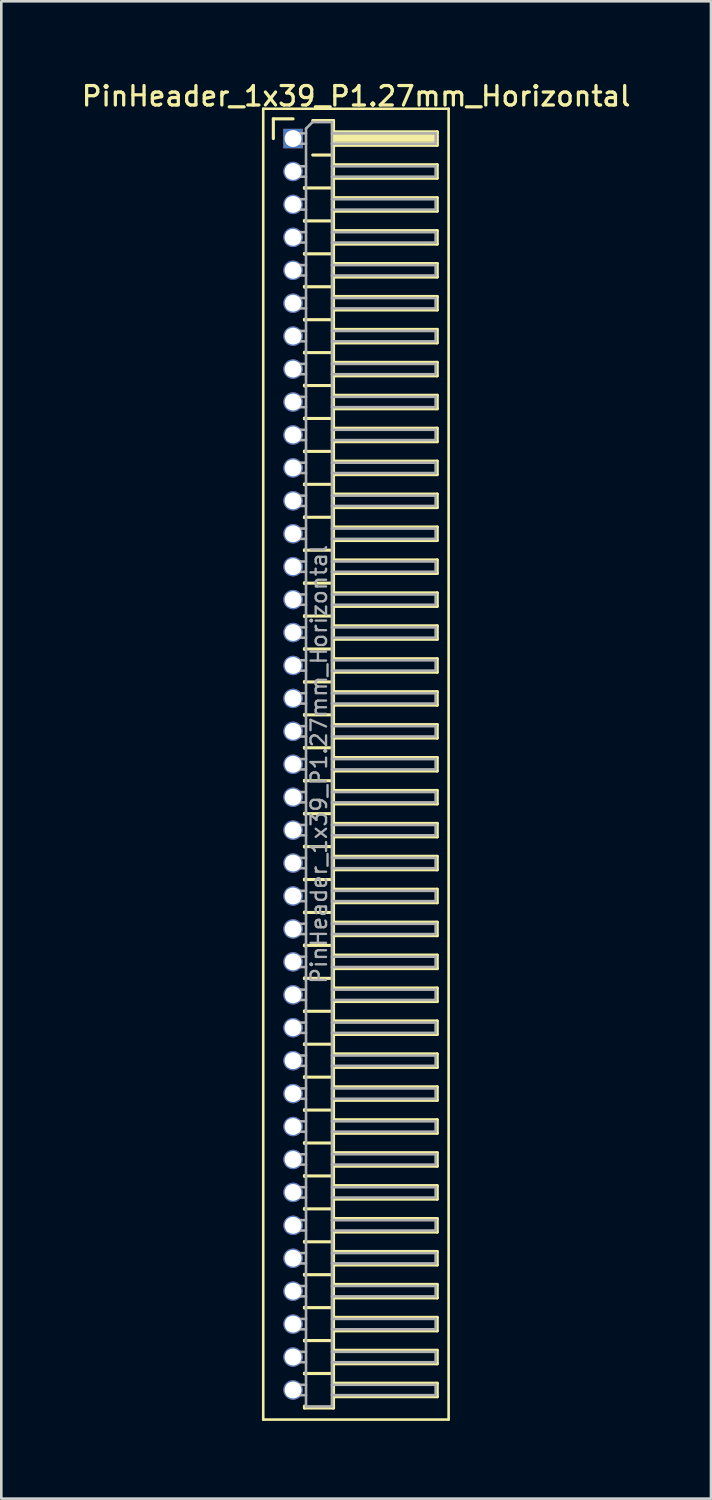
<source format=kicad_pcb>
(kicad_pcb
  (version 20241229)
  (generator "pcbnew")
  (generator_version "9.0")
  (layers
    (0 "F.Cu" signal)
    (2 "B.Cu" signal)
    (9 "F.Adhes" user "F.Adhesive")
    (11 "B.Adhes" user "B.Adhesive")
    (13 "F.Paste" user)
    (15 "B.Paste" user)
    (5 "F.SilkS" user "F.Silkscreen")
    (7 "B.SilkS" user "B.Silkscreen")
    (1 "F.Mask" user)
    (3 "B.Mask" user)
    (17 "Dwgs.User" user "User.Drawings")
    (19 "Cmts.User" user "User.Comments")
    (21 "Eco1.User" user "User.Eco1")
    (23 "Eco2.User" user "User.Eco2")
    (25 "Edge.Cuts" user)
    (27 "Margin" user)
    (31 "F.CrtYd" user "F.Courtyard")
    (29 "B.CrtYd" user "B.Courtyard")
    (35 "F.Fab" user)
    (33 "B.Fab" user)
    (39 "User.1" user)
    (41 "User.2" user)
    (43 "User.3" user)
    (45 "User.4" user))
  (footprint "PinHeader_1x39_P1.27mm_Horizontal"
    (layer "F.Cu")
    (at 8.251 2.293)
    (property "Reference" "PinHeader_1x39_P1.27mm_Horizontal" (at 2.433 -1.635 0) (layer "F.SilkS") (effects (font (size 0.75 0.75) (thickness 0.125))))
    (attr through_hole)
    (fp_line (start -1.15 -1.15) (end -1.15 49.4) (stroke (width 0.1) (type solid)) (layer "F.SilkS"))
    (fp_line (start -1.15 49.4) (end 6 49.4) (stroke (width 0.1) (type solid)) (layer "F.SilkS"))
    (fp_line (start -0.76 -0.76) (end 0 -0.76) (stroke (width 0.12) (type solid)) (layer "F.SilkS"))
    (fp_line (start -0.76 0) (end -0.76 -0.76) (stroke (width 0.12) (type solid)) (layer "F.SilkS"))
    (fp_line (start 0.44 1.89) (end 0.44 1.92) (stroke (width 0.12) (type solid)) (layer "F.SilkS"))
    (fp_line (start 0.44 1.905) (end 1.56 1.905) (stroke (width 0.12) (type solid)) (layer "F.SilkS"))
    (fp_line (start 0.44 3.16) (end 0.44 3.19) (stroke (width 0.12) (type solid)) (layer "F.SilkS"))
    (fp_line (start 0.44 3.175) (end 1.56 3.175) (stroke (width 0.12) (type solid)) (layer "F.SilkS"))
    (fp_line (start 0.44 4.43) (end 0.44 4.46) (stroke (width 0.12) (type solid)) (layer "F.SilkS"))
    (fp_line (start 0.44 4.445) (end 1.56 4.445) (stroke (width 0.12) (type solid)) (layer "F.SilkS"))
    (fp_line (start 0.44 5.7) (end 0.44 5.73) (stroke (width 0.12) (type solid)) (layer "F.SilkS"))
    (fp_line (start 0.44 5.715) (end 1.56 5.715) (stroke (width 0.12) (type solid)) (layer "F.SilkS"))
    (fp_line (start 0.44 6.97) (end 0.44 7) (stroke (width 0.12) (type solid)) (layer "F.SilkS"))
    (fp_line (start 0.44 6.985) (end 1.56 6.985) (stroke (width 0.12) (type solid)) (layer "F.SilkS"))
    (fp_line (start 0.44 8.24) (end 0.44 8.27) (stroke (width 0.12) (type solid)) (layer "F.SilkS"))
    (fp_line (start 0.44 8.255) (end 1.56 8.255) (stroke (width 0.12) (type solid)) (layer "F.SilkS"))
    (fp_line (start 0.44 9.51) (end 0.44 9.54) (stroke (width 0.12) (type solid)) (layer "F.SilkS"))
    (fp_line (start 0.44 9.525) (end 1.56 9.525) (stroke (width 0.12) (type solid)) (layer "F.SilkS"))
    (fp_line (start 0.44 10.78) (end 0.44 10.81) (stroke (width 0.12) (type solid)) (layer "F.SilkS"))
    (fp_line (start 0.44 10.795) (end 1.56 10.795) (stroke (width 0.12) (type solid)) (layer "F.SilkS"))
    (fp_line (start 0.44 12.05) (end 0.44 12.08) (stroke (width 0.12) (type solid)) (layer "F.SilkS"))
    (fp_line (start 0.44 12.065) (end 1.56 12.065) (stroke (width 0.12) (type solid)) (layer "F.SilkS"))
    (fp_line (start 0.44 13.32) (end 0.44 13.35) (stroke (width 0.12) (type solid)) (layer "F.SilkS"))
    (fp_line (start 0.44 13.335) (end 1.56 13.335) (stroke (width 0.12) (type solid)) (layer "F.SilkS"))
    (fp_line (start 0.44 14.59) (end 0.44 14.62) (stroke (width 0.12) (type solid)) (layer "F.SilkS"))
    (fp_line (start 0.44 14.605) (end 1.56 14.605) (stroke (width 0.12) (type solid)) (layer "F.SilkS"))
    (fp_line (start 0.44 15.86) (end 0.44 15.89) (stroke (width 0.12) (type solid)) (layer "F.SilkS"))
    (fp_line (start 0.44 15.875) (end 1.56 15.875) (stroke (width 0.12) (type solid)) (layer "F.SilkS"))
    (fp_line (start 0.44 17.13) (end 0.44 17.16) (stroke (width 0.12) (type solid)) (layer "F.SilkS"))
    (fp_line (start 0.44 17.145) (end 1.56 17.145) (stroke (width 0.12) (type solid)) (layer "F.SilkS"))
    (fp_line (start 0.44 18.4) (end 0.44 18.43) (stroke (width 0.12) (type solid)) (layer "F.SilkS"))
    (fp_line (start 0.44 18.415) (end 1.56 18.415) (stroke (width 0.12) (type solid)) (layer "F.SilkS"))
    (fp_line (start 0.44 19.67) (end 0.44 19.7) (stroke (width 0.12) (type solid)) (layer "F.SilkS"))
    (fp_line (start 0.44 19.685) (end 1.56 19.685) (stroke (width 0.12) (type solid)) (layer "F.SilkS"))
    (fp_line (start 0.44 20.94) (end 0.44 20.97) (stroke (width 0.12) (type solid)) (layer "F.SilkS"))
    (fp_line (start 0.44 20.955) (end 1.56 20.955) (stroke (width 0.12) (type solid)) (layer "F.SilkS"))
    (fp_line (start 0.44 22.21) (end 0.44 22.24) (stroke (width 0.12) (type solid)) (layer "F.SilkS"))
    (fp_line (start 0.44 22.225) (end 1.56 22.225) (stroke (width 0.12) (type solid)) (layer "F.SilkS"))
    (fp_line (start 0.44 23.48) (end 0.44 23.51) (stroke (width 0.12) (type solid)) (layer "F.SilkS"))
    (fp_line (start 0.44 23.495) (end 1.56 23.495) (stroke (width 0.12) (type solid)) (layer "F.SilkS"))
    (fp_line (start 0.44 24.75) (end 0.44 24.78) (stroke (width 0.12) (type solid)) (layer "F.SilkS"))
    (fp_line (start 0.44 24.765) (end 1.56 24.765) (stroke (width 0.12) (type solid)) (layer "F.SilkS"))
    (fp_line (start 0.44 26.02) (end 0.44 26.05) (stroke (width 0.12) (type solid)) (layer "F.SilkS"))
    (fp_line (start 0.44 26.035) (end 1.56 26.035) (stroke (width 0.12) (type solid)) (layer "F.SilkS"))
    (fp_line (start 0.44 27.29) (end 0.44 27.32) (stroke (width 0.12) (type solid)) (layer "F.SilkS"))
    (fp_line (start 0.44 27.305) (end 1.56 27.305) (stroke (width 0.12) (type solid)) (layer "F.SilkS"))
    (fp_line (start 0.44 28.56) (end 0.44 28.59) (stroke (width 0.12) (type solid)) (layer "F.SilkS"))
    (fp_line (start 0.44 28.575) (end 1.56 28.575) (stroke (width 0.12) (type solid)) (layer "F.SilkS"))
    (fp_line (start 0.44 29.83) (end 0.44 29.86) (stroke (width 0.12) (type solid)) (layer "F.SilkS"))
    (fp_line (start 0.44 29.845) (end 1.56 29.845) (stroke (width 0.12) (type solid)) (layer "F.SilkS"))
    (fp_line (start 0.44 31.1) (end 0.44 31.13) (stroke (width 0.12) (type solid)) (layer "F.SilkS"))
    (fp_line (start 0.44 31.115) (end 1.56 31.115) (stroke (width 0.12) (type solid)) (layer "F.SilkS"))
    (fp_line (start 0.44 32.37) (end 0.44 32.4) (stroke (width 0.12) (type solid)) (layer "F.SilkS"))
    (fp_line (start 0.44 32.385) (end 1.56 32.385) (stroke (width 0.12) (type solid)) (layer "F.SilkS"))
    (fp_line (start 0.44 33.64) (end 0.44 33.67) (stroke (width 0.12) (type solid)) (layer "F.SilkS"))
    (fp_line (start 0.44 33.655) (end 1.56 33.655) (stroke (width 0.12) (type solid)) (layer "F.SilkS"))
    (fp_line (start 0.44 34.91) (end 0.44 34.94) (stroke (width 0.12) (type solid)) (layer "F.SilkS"))
    (fp_line (start 0.44 34.925) (end 1.56 34.925) (stroke (width 0.12) (type solid)) (layer "F.SilkS"))
    (fp_line (start 0.44 36.18) (end 0.44 36.21) (stroke (width 0.12) (type solid)) (layer "F.SilkS"))
    (fp_line (start 0.44 36.195) (end 1.56 36.195) (stroke (width 0.12) (type solid)) (layer "F.SilkS"))
    (fp_line (start 0.44 37.45) (end 0.44 37.48) (stroke (width 0.12) (type solid)) (layer "F.SilkS"))
    (fp_line (start 0.44 37.465) (end 1.56 37.465) (stroke (width 0.12) (type solid)) (layer "F.SilkS"))
    (fp_line (start 0.44 38.72) (end 0.44 38.75) (stroke (width 0.12) (type solid)) (layer "F.SilkS"))
    (fp_line (start 0.44 38.735) (end 1.56 38.735) (stroke (width 0.12) (type solid)) (layer "F.SilkS"))
    (fp_line (start 0.44 39.99) (end 0.44 40.02) (stroke (width 0.12) (type solid)) (layer "F.SilkS"))
    (fp_line (start 0.44 40.005) (end 1.56 40.005) (stroke (width 0.12) (type solid)) (layer "F.SilkS"))
    (fp_line (start 0.44 41.26) (end 0.44 41.29) (stroke (width 0.12) (type solid)) (layer "F.SilkS"))
    (fp_line (start 0.44 41.275) (end 1.56 41.275) (stroke (width 0.12) (type solid)) (layer "F.SilkS"))
    (fp_line (start 0.44 42.53) (end 0.44 42.56) (stroke (width 0.12) (type solid)) (layer "F.SilkS"))
    (fp_line (start 0.44 42.545) (end 1.56 42.545) (stroke (width 0.12) (type solid)) (layer "F.SilkS"))
    (fp_line (start 0.44 43.8) (end 0.44 43.83) (stroke (width 0.12) (type solid)) (layer "F.SilkS"))
    (fp_line (start 0.44 43.815) (end 1.56 43.815) (stroke (width 0.12) (type solid)) (layer "F.SilkS"))
    (fp_line (start 0.44 45.07) (end 0.44 45.1) (stroke (width 0.12) (type solid)) (layer "F.SilkS"))
    (fp_line (start 0.44 45.085) (end 1.56 45.085) (stroke (width 0.12) (type solid)) (layer "F.SilkS"))
    (fp_line (start 0.44 46.34) (end 0.44 46.37) (stroke (width 0.12) (type solid)) (layer "F.SilkS"))
    (fp_line (start 0.44 46.355) (end 1.56 46.355) (stroke (width 0.12) (type solid)) (layer "F.SilkS"))
    (fp_line (start 0.44 47.61) (end 0.44 47.64) (stroke (width 0.12) (type solid)) (layer "F.SilkS"))
    (fp_line (start 0.44 47.625) (end 1.56 47.625) (stroke (width 0.12) (type solid)) (layer "F.SilkS"))
    (fp_line (start 0.44 48.955) (end 0.44 48.88) (stroke (width 0.12) (type solid)) (layer "F.SilkS"))
    (fp_line (start 0.76 -0.695) (end 1.56 -0.695) (stroke (width 0.12) (type solid)) (layer "F.SilkS"))
    (fp_line (start 0.76 0.635) (end 1.56 0.635) (stroke (width 0.12) (type solid)) (layer "F.SilkS"))
    (fp_line (start 1.56 -0.695) (end 1.56 48.955) (stroke (width 0.12) (type solid)) (layer "F.SilkS"))
    (fp_line (start 1.56 -0.26) (end 5.56 -0.26) (stroke (width 0.12) (type solid)) (layer "F.SilkS"))
    (fp_line (start 1.56 -0.2) (end 5.56 -0.2) (stroke (width 0.12) (type solid)) (layer "F.SilkS"))
    (fp_line (start 1.56 -0.08) (end 5.56 -0.08) (stroke (width 0.12) (type solid)) (layer "F.SilkS"))
    (fp_line (start 1.56 0.04) (end 5.56 0.04) (stroke (width 0.12) (type solid)) (layer "F.SilkS"))
    (fp_line (start 1.56 0.16) (end 5.56 0.16) (stroke (width 0.12) (type solid)) (layer "F.SilkS"))
    (fp_line (start 1.56 1.01) (end 5.56 1.01) (stroke (width 0.12) (type solid)) (layer "F.SilkS"))
    (fp_line (start 1.56 2.28) (end 5.56 2.28) (stroke (width 0.12) (type solid)) (layer "F.SilkS"))
    (fp_line (start 1.56 3.55) (end 5.56 3.55) (stroke (width 0.12) (type solid)) (layer "F.SilkS"))
    (fp_line (start 1.56 4.82) (end 5.56 4.82) (stroke (width 0.12) (type solid)) (layer "F.SilkS"))
    (fp_line (start 1.56 6.09) (end 5.56 6.09) (stroke (width 0.12) (type solid)) (layer "F.SilkS"))
    (fp_line (start 1.56 7.36) (end 5.56 7.36) (stroke (width 0.12) (type solid)) (layer "F.SilkS"))
    (fp_line (start 1.56 8.63) (end 5.56 8.63) (stroke (width 0.12) (type solid)) (layer "F.SilkS"))
    (fp_line (start 1.56 9.9) (end 5.56 9.9) (stroke (width 0.12) (type solid)) (layer "F.SilkS"))
    (fp_line (start 1.56 11.17) (end 5.56 11.17) (stroke (width 0.12) (type solid)) (layer "F.SilkS"))
    (fp_line (start 1.56 12.44) (end 5.56 12.44) (stroke (width 0.12) (type solid)) (layer "F.SilkS"))
    (fp_line (start 1.56 13.71) (end 5.56 13.71) (stroke (width 0.12) (type solid)) (layer "F.SilkS"))
    (fp_line (start 1.56 14.98) (end 5.56 14.98) (stroke (width 0.12) (type solid)) (layer "F.SilkS"))
    (fp_line (start 1.56 16.25) (end 5.56 16.25) (stroke (width 0.12) (type solid)) (layer "F.SilkS"))
    (fp_line (start 1.56 17.52) (end 5.56 17.52) (stroke (width 0.12) (type solid)) (layer "F.SilkS"))
    (fp_line (start 1.56 18.79) (end 5.56 18.79) (stroke (width 0.12) (type solid)) (layer "F.SilkS"))
    (fp_line (start 1.56 20.06) (end 5.56 20.06) (stroke (width 0.12) (type solid)) (layer "F.SilkS"))
    (fp_line (start 1.56 21.33) (end 5.56 21.33) (stroke (width 0.12) (type solid)) (layer "F.SilkS"))
    (fp_line (start 1.56 22.6) (end 5.56 22.6) (stroke (width 0.12) (type solid)) (layer "F.SilkS"))
    (fp_line (start 1.56 23.87) (end 5.56 23.87) (stroke (width 0.12) (type solid)) (layer "F.SilkS"))
    (fp_line (start 1.56 25.14) (end 5.56 25.14) (stroke (width 0.12) (type solid)) (layer "F.SilkS"))
    (fp_line (start 1.56 26.41) (end 5.56 26.41) (stroke (width 0.12) (type solid)) (layer "F.SilkS"))
    (fp_line (start 1.56 27.68) (end 5.56 27.68) (stroke (width 0.12) (type solid)) (layer "F.SilkS"))
    (fp_line (start 1.56 28.95) (end 5.56 28.95) (stroke (width 0.12) (type solid)) (layer "F.SilkS"))
    (fp_line (start 1.56 30.22) (end 5.56 30.22) (stroke (width 0.12) (type solid)) (layer "F.SilkS"))
    (fp_line (start 1.56 31.49) (end 5.56 31.49) (stroke (width 0.12) (type solid)) (layer "F.SilkS"))
    (fp_line (start 1.56 32.76) (end 5.56 32.76) (stroke (width 0.12) (type solid)) (layer "F.SilkS"))
    (fp_line (start 1.56 34.03) (end 5.56 34.03) (stroke (width 0.12) (type solid)) (layer "F.SilkS"))
    (fp_line (start 1.56 35.3) (end 5.56 35.3) (stroke (width 0.12) (type solid)) (layer "F.SilkS"))
    (fp_line (start 1.56 36.57) (end 5.56 36.57) (stroke (width 0.12) (type solid)) (layer "F.SilkS"))
    (fp_line (start 1.56 37.84) (end 5.56 37.84) (stroke (width 0.12) (type solid)) (layer "F.SilkS"))
    (fp_line (start 1.56 39.11) (end 5.56 39.11) (stroke (width 0.12) (type solid)) (layer "F.SilkS"))
    (fp_line (start 1.56 40.38) (end 5.56 40.38) (stroke (width 0.12) (type solid)) (layer "F.SilkS"))
    (fp_line (start 1.56 41.65) (end 5.56 41.65) (stroke (width 0.12) (type solid)) (layer "F.SilkS"))
    (fp_line (start 1.56 42.92) (end 5.56 42.92) (stroke (width 0.12) (type solid)) (layer "F.SilkS"))
    (fp_line (start 1.56 44.19) (end 5.56 44.19) (stroke (width 0.12) (type solid)) (layer "F.SilkS"))
    (fp_line (start 1.56 45.46) (end 5.56 45.46) (stroke (width 0.12) (type solid)) (layer "F.SilkS"))
    (fp_line (start 1.56 46.73) (end 5.56 46.73) (stroke (width 0.12) (type solid)) (layer "F.SilkS"))
    (fp_line (start 1.56 48) (end 5.56 48) (stroke (width 0.12) (type solid)) (layer "F.SilkS"))
    (fp_line (start 1.56 48.955) (end 0.44 48.955) (stroke (width 0.12) (type solid)) (layer "F.SilkS"))
    (fp_line (start 5.56 -0.26) (end 5.56 0.26) (stroke (width 0.12) (type solid)) (layer "F.SilkS"))
    (fp_line (start 5.56 0.26) (end 1.56 0.26) (stroke (width 0.12) (type solid)) (layer "F.SilkS"))
    (fp_line (start 5.56 1.01) (end 5.56 1.53) (stroke (width 0.12) (type solid)) (layer "F.SilkS"))
    (fp_line (start 5.56 1.53) (end 1.56 1.53) (stroke (width 0.12) (type solid)) (layer "F.SilkS"))
    (fp_line (start 5.56 2.28) (end 5.56 2.8) (stroke (width 0.12) (type solid)) (layer "F.SilkS"))
    (fp_line (start 5.56 2.8) (end 1.56 2.8) (stroke (width 0.12) (type solid)) (layer "F.SilkS"))
    (fp_line (start 5.56 3.55) (end 5.56 4.07) (stroke (width 0.12) (type solid)) (layer "F.SilkS"))
    (fp_line (start 5.56 4.07) (end 1.56 4.07) (stroke (width 0.12) (type solid)) (layer "F.SilkS"))
    (fp_line (start 5.56 4.82) (end 5.56 5.34) (stroke (width 0.12) (type solid)) (layer "F.SilkS"))
    (fp_line (start 5.56 5.34) (end 1.56 5.34) (stroke (width 0.12) (type solid)) (layer "F.SilkS"))
    (fp_line (start 5.56 6.09) (end 5.56 6.61) (stroke (width 0.12) (type solid)) (layer "F.SilkS"))
    (fp_line (start 5.56 6.61) (end 1.56 6.61) (stroke (width 0.12) (type solid)) (layer "F.SilkS"))
    (fp_line (start 5.56 7.36) (end 5.56 7.88) (stroke (width 0.12) (type solid)) (layer "F.SilkS"))
    (fp_line (start 5.56 7.88) (end 1.56 7.88) (stroke (width 0.12) (type solid)) (layer "F.SilkS"))
    (fp_line (start 5.56 8.63) (end 5.56 9.15) (stroke (width 0.12) (type solid)) (layer "F.SilkS"))
    (fp_line (start 5.56 9.15) (end 1.56 9.15) (stroke (width 0.12) (type solid)) (layer "F.SilkS"))
    (fp_line (start 5.56 9.9) (end 5.56 10.42) (stroke (width 0.12) (type solid)) (layer "F.SilkS"))
    (fp_line (start 5.56 10.42) (end 1.56 10.42) (stroke (width 0.12) (type solid)) (layer "F.SilkS"))
    (fp_line (start 5.56 11.17) (end 5.56 11.69) (stroke (width 0.12) (type solid)) (layer "F.SilkS"))
    (fp_line (start 5.56 11.69) (end 1.56 11.69) (stroke (width 0.12) (type solid)) (layer "F.SilkS"))
    (fp_line (start 5.56 12.44) (end 5.56 12.96) (stroke (width 0.12) (type solid)) (layer "F.SilkS"))
    (fp_line (start 5.56 12.96) (end 1.56 12.96) (stroke (width 0.12) (type solid)) (layer "F.SilkS"))
    (fp_line (start 5.56 13.71) (end 5.56 14.23) (stroke (width 0.12) (type solid)) (layer "F.SilkS"))
    (fp_line (start 5.56 14.23) (end 1.56 14.23) (stroke (width 0.12) (type solid)) (layer "F.SilkS"))
    (fp_line (start 5.56 14.98) (end 5.56 15.5) (stroke (width 0.12) (type solid)) (layer "F.SilkS"))
    (fp_line (start 5.56 15.5) (end 1.56 15.5) (stroke (width 0.12) (type solid)) (layer "F.SilkS"))
    (fp_line (start 5.56 16.25) (end 5.56 16.77) (stroke (width 0.12) (type solid)) (layer "F.SilkS"))
    (fp_line (start 5.56 16.77) (end 1.56 16.77) (stroke (width 0.12) (type solid)) (layer "F.SilkS"))
    (fp_line (start 5.56 17.52) (end 5.56 18.04) (stroke (width 0.12) (type solid)) (layer "F.SilkS"))
    (fp_line (start 5.56 18.04) (end 1.56 18.04) (stroke (width 0.12) (type solid)) (layer "F.SilkS"))
    (fp_line (start 5.56 18.79) (end 5.56 19.31) (stroke (width 0.12) (type solid)) (layer "F.SilkS"))
    (fp_line (start 5.56 19.31) (end 1.56 19.31) (stroke (width 0.12) (type solid)) (layer "F.SilkS"))
    (fp_line (start 5.56 20.06) (end 5.56 20.58) (stroke (width 0.12) (type solid)) (layer "F.SilkS"))
    (fp_line (start 5.56 20.58) (end 1.56 20.58) (stroke (width 0.12) (type solid)) (layer "F.SilkS"))
    (fp_line (start 5.56 21.33) (end 5.56 21.85) (stroke (width 0.12) (type solid)) (layer "F.SilkS"))
    (fp_line (start 5.56 21.85) (end 1.56 21.85) (stroke (width 0.12) (type solid)) (layer "F.SilkS"))
    (fp_line (start 5.56 22.6) (end 5.56 23.12) (stroke (width 0.12) (type solid)) (layer "F.SilkS"))
    (fp_line (start 5.56 23.12) (end 1.56 23.12) (stroke (width 0.12) (type solid)) (layer "F.SilkS"))
    (fp_line (start 5.56 23.87) (end 5.56 24.39) (stroke (width 0.12) (type solid)) (layer "F.SilkS"))
    (fp_line (start 5.56 24.39) (end 1.56 24.39) (stroke (width 0.12) (type solid)) (layer "F.SilkS"))
    (fp_line (start 5.56 25.14) (end 5.56 25.66) (stroke (width 0.12) (type solid)) (layer "F.SilkS"))
    (fp_line (start 5.56 25.66) (end 1.56 25.66) (stroke (width 0.12) (type solid)) (layer "F.SilkS"))
    (fp_line (start 5.56 26.41) (end 5.56 26.93) (stroke (width 0.12) (type solid)) (layer "F.SilkS"))
    (fp_line (start 5.56 26.93) (end 1.56 26.93) (stroke (width 0.12) (type solid)) (layer "F.SilkS"))
    (fp_line (start 5.56 27.68) (end 5.56 28.2) (stroke (width 0.12) (type solid)) (layer "F.SilkS"))
    (fp_line (start 5.56 28.2) (end 1.56 28.2) (stroke (width 0.12) (type solid)) (layer "F.SilkS"))
    (fp_line (start 5.56 28.95) (end 5.56 29.47) (stroke (width 0.12) (type solid)) (layer "F.SilkS"))
    (fp_line (start 5.56 29.47) (end 1.56 29.47) (stroke (width 0.12) (type solid)) (layer "F.SilkS"))
    (fp_line (start 5.56 30.22) (end 5.56 30.74) (stroke (width 0.12) (type solid)) (layer "F.SilkS"))
    (fp_line (start 5.56 30.74) (end 1.56 30.74) (stroke (width 0.12) (type solid)) (layer "F.SilkS"))
    (fp_line (start 5.56 31.49) (end 5.56 32.01) (stroke (width 0.12) (type solid)) (layer "F.SilkS"))
    (fp_line (start 5.56 32.01) (end 1.56 32.01) (stroke (width 0.12) (type solid)) (layer "F.SilkS"))
    (fp_line (start 5.56 32.76) (end 5.56 33.28) (stroke (width 0.12) (type solid)) (layer "F.SilkS"))
    (fp_line (start 5.56 33.28) (end 1.56 33.28) (stroke (width 0.12) (type solid)) (layer "F.SilkS"))
    (fp_line (start 5.56 34.03) (end 5.56 34.55) (stroke (width 0.12) (type solid)) (layer "F.SilkS"))
    (fp_line (start 5.56 34.55) (end 1.56 34.55) (stroke (width 0.12) (type solid)) (layer "F.SilkS"))
    (fp_line (start 5.56 35.3) (end 5.56 35.82) (stroke (width 0.12) (type solid)) (layer "F.SilkS"))
    (fp_line (start 5.56 35.82) (end 1.56 35.82) (stroke (width 0.12) (type solid)) (layer "F.SilkS"))
    (fp_line (start 5.56 36.57) (end 5.56 37.09) (stroke (width 0.12) (type solid)) (layer "F.SilkS"))
    (fp_line (start 5.56 37.09) (end 1.56 37.09) (stroke (width 0.12) (type solid)) (layer "F.SilkS"))
    (fp_line (start 5.56 37.84) (end 5.56 38.36) (stroke (width 0.12) (type solid)) (layer "F.SilkS"))
    (fp_line (start 5.56 38.36) (end 1.56 38.36) (stroke (width 0.12) (type solid)) (layer "F.SilkS"))
    (fp_line (start 5.56 39.11) (end 5.56 39.63) (stroke (width 0.12) (type solid)) (layer "F.SilkS"))
    (fp_line (start 5.56 39.63) (end 1.56 39.63) (stroke (width 0.12) (type solid)) (layer "F.SilkS"))
    (fp_line (start 5.56 40.38) (end 5.56 40.9) (stroke (width 0.12) (type solid)) (layer "F.SilkS"))
    (fp_line (start 5.56 40.9) (end 1.56 40.9) (stroke (width 0.12) (type solid)) (layer "F.SilkS"))
    (fp_line (start 5.56 41.65) (end 5.56 42.17) (stroke (width 0.12) (type solid)) (layer "F.SilkS"))
    (fp_line (start 5.56 42.17) (end 1.56 42.17) (stroke (width 0.12) (type solid)) (layer "F.SilkS"))
    (fp_line (start 5.56 42.92) (end 5.56 43.44) (stroke (width 0.12) (type solid)) (layer "F.SilkS"))
    (fp_line (start 5.56 43.44) (end 1.56 43.44) (stroke (width 0.12) (type solid)) (layer "F.SilkS"))
    (fp_line (start 5.56 44.19) (end 5.56 44.71) (stroke (width 0.12) (type solid)) (layer "F.SilkS"))
    (fp_line (start 5.56 44.71) (end 1.56 44.71) (stroke (width 0.12) (type solid)) (layer "F.SilkS"))
    (fp_line (start 5.56 45.46) (end 5.56 45.98) (stroke (width 0.12) (type solid)) (layer "F.SilkS"))
    (fp_line (start 5.56 45.98) (end 1.56 45.98) (stroke (width 0.12) (type solid)) (layer "F.SilkS"))
    (fp_line (start 5.56 46.73) (end 5.56 47.25) (stroke (width 0.12) (type solid)) (layer "F.SilkS"))
    (fp_line (start 5.56 47.25) (end 1.56 47.25) (stroke (width 0.12) (type solid)) (layer "F.SilkS"))
    (fp_line (start 5.56 48) (end 5.56 48.52) (stroke (width 0.12) (type solid)) (layer "F.SilkS"))
    (fp_line (start 5.56 48.52) (end 1.56 48.52) (stroke (width 0.12) (type solid)) (layer "F.SilkS"))
    (fp_line (start 6 -1.15) (end -1.15 -1.15) (stroke (width 0.1) (type solid)) (layer "F.SilkS"))
    (fp_line (start 6 49.4) (end 6 -1.15) (stroke (width 0.1) (type solid)) (layer "F.SilkS"))
    (fp_line (start -0.2 -0.2) (end -0.2 0.2) (stroke (width 0.1) (type solid)) (layer "F.Fab"))
    (fp_line (start -0.2 -0.2) (end 0.5 -0.2) (stroke (width 0.1) (type solid)) (layer "F.Fab"))
    (fp_line (start -0.2 0.2) (end 0.5 0.2) (stroke (width 0.1) (type solid)) (layer "F.Fab"))
    (fp_line (start -0.2 1.07) (end -0.2 1.47) (stroke (width 0.1) (type solid)) (layer "F.Fab"))
    (fp_line (start -0.2 1.07) (end 0.5 1.07) (stroke (width 0.1) (type solid)) (layer "F.Fab"))
    (fp_line (start -0.2 1.47) (end 0.5 1.47) (stroke (width 0.1) (type solid)) (layer "F.Fab"))
    (fp_line (start -0.2 2.34) (end -0.2 2.74) (stroke (width 0.1) (type solid)) (layer "F.Fab"))
    (fp_line (start -0.2 2.34) (end 0.5 2.34) (stroke (width 0.1) (type solid)) (layer "F.Fab"))
    (fp_line (start -0.2 2.74) (end 0.5 2.74) (stroke (width 0.1) (type solid)) (layer "F.Fab"))
    (fp_line (start -0.2 3.61) (end -0.2 4.01) (stroke (width 0.1) (type solid)) (layer "F.Fab"))
    (fp_line (start -0.2 3.61) (end 0.5 3.61) (stroke (width 0.1) (type solid)) (layer "F.Fab"))
    (fp_line (start -0.2 4.01) (end 0.5 4.01) (stroke (width 0.1) (type solid)) (layer "F.Fab"))
    (fp_line (start -0.2 4.88) (end -0.2 5.28) (stroke (width 0.1) (type solid)) (layer "F.Fab"))
    (fp_line (start -0.2 4.88) (end 0.5 4.88) (stroke (width 0.1) (type solid)) (layer "F.Fab"))
    (fp_line (start -0.2 5.28) (end 0.5 5.28) (stroke (width 0.1) (type solid)) (layer "F.Fab"))
    (fp_line (start -0.2 6.15) (end -0.2 6.55) (stroke (width 0.1) (type solid)) (layer "F.Fab"))
    (fp_line (start -0.2 6.15) (end 0.5 6.15) (stroke (width 0.1) (type solid)) (layer "F.Fab"))
    (fp_line (start -0.2 6.55) (end 0.5 6.55) (stroke (width 0.1) (type solid)) (layer "F.Fab"))
    (fp_line (start -0.2 7.42) (end -0.2 7.82) (stroke (width 0.1) (type solid)) (layer "F.Fab"))
    (fp_line (start -0.2 7.42) (end 0.5 7.42) (stroke (width 0.1) (type solid)) (layer "F.Fab"))
    (fp_line (start -0.2 7.82) (end 0.5 7.82) (stroke (width 0.1) (type solid)) (layer "F.Fab"))
    (fp_line (start -0.2 8.69) (end -0.2 9.09) (stroke (width 0.1) (type solid)) (layer "F.Fab"))
    (fp_line (start -0.2 8.69) (end 0.5 8.69) (stroke (width 0.1) (type solid)) (layer "F.Fab"))
    (fp_line (start -0.2 9.09) (end 0.5 9.09) (stroke (width 0.1) (type solid)) (layer "F.Fab"))
    (fp_line (start -0.2 9.96) (end -0.2 10.36) (stroke (width 0.1) (type solid)) (layer "F.Fab"))
    (fp_line (start -0.2 9.96) (end 0.5 9.96) (stroke (width 0.1) (type solid)) (layer "F.Fab"))
    (fp_line (start -0.2 10.36) (end 0.5 10.36) (stroke (width 0.1) (type solid)) (layer "F.Fab"))
    (fp_line (start -0.2 11.23) (end -0.2 11.63) (stroke (width 0.1) (type solid)) (layer "F.Fab"))
    (fp_line (start -0.2 11.23) (end 0.5 11.23) (stroke (width 0.1) (type solid)) (layer "F.Fab"))
    (fp_line (start -0.2 11.63) (end 0.5 11.63) (stroke (width 0.1) (type solid)) (layer "F.Fab"))
    (fp_line (start -0.2 12.5) (end -0.2 12.9) (stroke (width 0.1) (type solid)) (layer "F.Fab"))
    (fp_line (start -0.2 12.5) (end 0.5 12.5) (stroke (width 0.1) (type solid)) (layer "F.Fab"))
    (fp_line (start -0.2 12.9) (end 0.5 12.9) (stroke (width 0.1) (type solid)) (layer "F.Fab"))
    (fp_line (start -0.2 13.77) (end -0.2 14.17) (stroke (width 0.1) (type solid)) (layer "F.Fab"))
    (fp_line (start -0.2 13.77) (end 0.5 13.77) (stroke (width 0.1) (type solid)) (layer "F.Fab"))
    (fp_line (start -0.2 14.17) (end 0.5 14.17) (stroke (width 0.1) (type solid)) (layer "F.Fab"))
    (fp_line (start -0.2 15.04) (end -0.2 15.44) (stroke (width 0.1) (type solid)) (layer "F.Fab"))
    (fp_line (start -0.2 15.04) (end 0.5 15.04) (stroke (width 0.1) (type solid)) (layer "F.Fab"))
    (fp_line (start -0.2 15.44) (end 0.5 15.44) (stroke (width 0.1) (type solid)) (layer "F.Fab"))
    (fp_line (start -0.2 16.31) (end -0.2 16.71) (stroke (width 0.1) (type solid)) (layer "F.Fab"))
    (fp_line (start -0.2 16.31) (end 0.5 16.31) (stroke (width 0.1) (type solid)) (layer "F.Fab"))
    (fp_line (start -0.2 16.71) (end 0.5 16.71) (stroke (width 0.1) (type solid)) (layer "F.Fab"))
    (fp_line (start -0.2 17.58) (end -0.2 17.98) (stroke (width 0.1) (type solid)) (layer "F.Fab"))
    (fp_line (start -0.2 17.58) (end 0.5 17.58) (stroke (width 0.1) (type solid)) (layer "F.Fab"))
    (fp_line (start -0.2 17.98) (end 0.5 17.98) (stroke (width 0.1) (type solid)) (layer "F.Fab"))
    (fp_line (start -0.2 18.85) (end -0.2 19.25) (stroke (width 0.1) (type solid)) (layer "F.Fab"))
    (fp_line (start -0.2 18.85) (end 0.5 18.85) (stroke (width 0.1) (type solid)) (layer "F.Fab"))
    (fp_line (start -0.2 19.25) (end 0.5 19.25) (stroke (width 0.1) (type solid)) (layer "F.Fab"))
    (fp_line (start -0.2 20.12) (end -0.2 20.52) (stroke (width 0.1) (type solid)) (layer "F.Fab"))
    (fp_line (start -0.2 20.12) (end 0.5 20.12) (stroke (width 0.1) (type solid)) (layer "F.Fab"))
    (fp_line (start -0.2 20.52) (end 0.5 20.52) (stroke (width 0.1) (type solid)) (layer "F.Fab"))
    (fp_line (start -0.2 21.39) (end -0.2 21.79) (stroke (width 0.1) (type solid)) (layer "F.Fab"))
    (fp_line (start -0.2 21.39) (end 0.5 21.39) (stroke (width 0.1) (type solid)) (layer "F.Fab"))
    (fp_line (start -0.2 21.79) (end 0.5 21.79) (stroke (width 0.1) (type solid)) (layer "F.Fab"))
    (fp_line (start -0.2 22.66) (end -0.2 23.06) (stroke (width 0.1) (type solid)) (layer "F.Fab"))
    (fp_line (start -0.2 22.66) (end 0.5 22.66) (stroke (width 0.1) (type solid)) (layer "F.Fab"))
    (fp_line (start -0.2 23.06) (end 0.5 23.06) (stroke (width 0.1) (type solid)) (layer "F.Fab"))
    (fp_line (start -0.2 23.93) (end -0.2 24.33) (stroke (width 0.1) (type solid)) (layer "F.Fab"))
    (fp_line (start -0.2 23.93) (end 0.5 23.93) (stroke (width 0.1) (type solid)) (layer "F.Fab"))
    (fp_line (start -0.2 24.33) (end 0.5 24.33) (stroke (width 0.1) (type solid)) (layer "F.Fab"))
    (fp_line (start -0.2 25.2) (end -0.2 25.6) (stroke (width 0.1) (type solid)) (layer "F.Fab"))
    (fp_line (start -0.2 25.2) (end 0.5 25.2) (stroke (width 0.1) (type solid)) (layer "F.Fab"))
    (fp_line (start -0.2 25.6) (end 0.5 25.6) (stroke (width 0.1) (type solid)) (layer "F.Fab"))
    (fp_line (start -0.2 26.47) (end -0.2 26.87) (stroke (width 0.1) (type solid)) (layer "F.Fab"))
    (fp_line (start -0.2 26.47) (end 0.5 26.47) (stroke (width 0.1) (type solid)) (layer "F.Fab"))
    (fp_line (start -0.2 26.87) (end 0.5 26.87) (stroke (width 0.1) (type solid)) (layer "F.Fab"))
    (fp_line (start -0.2 27.74) (end -0.2 28.14) (stroke (width 0.1) (type solid)) (layer "F.Fab"))
    (fp_line (start -0.2 27.74) (end 0.5 27.74) (stroke (width 0.1) (type solid)) (layer "F.Fab"))
    (fp_line (start -0.2 28.14) (end 0.5 28.14) (stroke (width 0.1) (type solid)) (layer "F.Fab"))
    (fp_line (start -0.2 29.01) (end -0.2 29.41) (stroke (width 0.1) (type solid)) (layer "F.Fab"))
    (fp_line (start -0.2 29.01) (end 0.5 29.01) (stroke (width 0.1) (type solid)) (layer "F.Fab"))
    (fp_line (start -0.2 29.41) (end 0.5 29.41) (stroke (width 0.1) (type solid)) (layer "F.Fab"))
    (fp_line (start -0.2 30.28) (end -0.2 30.68) (stroke (width 0.1) (type solid)) (layer "F.Fab"))
    (fp_line (start -0.2 30.28) (end 0.5 30.28) (stroke (width 0.1) (type solid)) (layer "F.Fab"))
    (fp_line (start -0.2 30.68) (end 0.5 30.68) (stroke (width 0.1) (type solid)) (layer "F.Fab"))
    (fp_line (start -0.2 31.55) (end -0.2 31.95) (stroke (width 0.1) (type solid)) (layer "F.Fab"))
    (fp_line (start -0.2 31.55) (end 0.5 31.55) (stroke (width 0.1) (type solid)) (layer "F.Fab"))
    (fp_line (start -0.2 31.95) (end 0.5 31.95) (stroke (width 0.1) (type solid)) (layer "F.Fab"))
    (fp_line (start -0.2 32.82) (end -0.2 33.22) (stroke (width 0.1) (type solid)) (layer "F.Fab"))
    (fp_line (start -0.2 32.82) (end 0.5 32.82) (stroke (width 0.1) (type solid)) (layer "F.Fab"))
    (fp_line (start -0.2 33.22) (end 0.5 33.22) (stroke (width 0.1) (type solid)) (layer "F.Fab"))
    (fp_line (start -0.2 34.09) (end -0.2 34.49) (stroke (width 0.1) (type solid)) (layer "F.Fab"))
    (fp_line (start -0.2 34.09) (end 0.5 34.09) (stroke (width 0.1) (type solid)) (layer "F.Fab"))
    (fp_line (start -0.2 34.49) (end 0.5 34.49) (stroke (width 0.1) (type solid)) (layer "F.Fab"))
    (fp_line (start -0.2 35.36) (end -0.2 35.76) (stroke (width 0.1) (type solid)) (layer "F.Fab"))
    (fp_line (start -0.2 35.36) (end 0.5 35.36) (stroke (width 0.1) (type solid)) (layer "F.Fab"))
    (fp_line (start -0.2 35.76) (end 0.5 35.76) (stroke (width 0.1) (type solid)) (layer "F.Fab"))
    (fp_line (start -0.2 36.63) (end -0.2 37.03) (stroke (width 0.1) (type solid)) (layer "F.Fab"))
    (fp_line (start -0.2 36.63) (end 0.5 36.63) (stroke (width 0.1) (type solid)) (layer "F.Fab"))
    (fp_line (start -0.2 37.03) (end 0.5 37.03) (stroke (width 0.1) (type solid)) (layer "F.Fab"))
    (fp_line (start -0.2 37.9) (end -0.2 38.3) (stroke (width 0.1) (type solid)) (layer "F.Fab"))
    (fp_line (start -0.2 37.9) (end 0.5 37.9) (stroke (width 0.1) (type solid)) (layer "F.Fab"))
    (fp_line (start -0.2 38.3) (end 0.5 38.3) (stroke (width 0.1) (type solid)) (layer "F.Fab"))
    (fp_line (start -0.2 39.17) (end -0.2 39.57) (stroke (width 0.1) (type solid)) (layer "F.Fab"))
    (fp_line (start -0.2 39.17) (end 0.5 39.17) (stroke (width 0.1) (type solid)) (layer "F.Fab"))
    (fp_line (start -0.2 39.57) (end 0.5 39.57) (stroke (width 0.1) (type solid)) (layer "F.Fab"))
    (fp_line (start -0.2 40.44) (end -0.2 40.84) (stroke (width 0.1) (type solid)) (layer "F.Fab"))
    (fp_line (start -0.2 40.44) (end 0.5 40.44) (stroke (width 0.1) (type solid)) (layer "F.Fab"))
    (fp_line (start -0.2 40.84) (end 0.5 40.84) (stroke (width 0.1) (type solid)) (layer "F.Fab"))
    (fp_line (start -0.2 41.71) (end -0.2 42.11) (stroke (width 0.1) (type solid)) (layer "F.Fab"))
    (fp_line (start -0.2 41.71) (end 0.5 41.71) (stroke (width 0.1) (type solid)) (layer "F.Fab"))
    (fp_line (start -0.2 42.11) (end 0.5 42.11) (stroke (width 0.1) (type solid)) (layer "F.Fab"))
    (fp_line (start -0.2 42.98) (end -0.2 43.38) (stroke (width 0.1) (type solid)) (layer "F.Fab"))
    (fp_line (start -0.2 42.98) (end 0.5 42.98) (stroke (width 0.1) (type solid)) (layer "F.Fab"))
    (fp_line (start -0.2 43.38) (end 0.5 43.38) (stroke (width 0.1) (type solid)) (layer "F.Fab"))
    (fp_line (start -0.2 44.25) (end -0.2 44.65) (stroke (width 0.1) (type solid)) (layer "F.Fab"))
    (fp_line (start -0.2 44.25) (end 0.5 44.25) (stroke (width 0.1) (type solid)) (layer "F.Fab"))
    (fp_line (start -0.2 44.65) (end 0.5 44.65) (stroke (width 0.1) (type solid)) (layer "F.Fab"))
    (fp_line (start -0.2 45.52) (end -0.2 45.92) (stroke (width 0.1) (type solid)) (layer "F.Fab"))
    (fp_line (start -0.2 45.52) (end 0.5 45.52) (stroke (width 0.1) (type solid)) (layer "F.Fab"))
    (fp_line (start -0.2 45.92) (end 0.5 45.92) (stroke (width 0.1) (type solid)) (layer "F.Fab"))
    (fp_line (start -0.2 46.79) (end -0.2 47.19) (stroke (width 0.1) (type solid)) (layer "F.Fab"))
    (fp_line (start -0.2 46.79) (end 0.5 46.79) (stroke (width 0.1) (type solid)) (layer "F.Fab"))
    (fp_line (start -0.2 47.19) (end 0.5 47.19) (stroke (width 0.1) (type solid)) (layer "F.Fab"))
    (fp_line (start -0.2 48.06) (end -0.2 48.46) (stroke (width 0.1) (type solid)) (layer "F.Fab"))
    (fp_line (start -0.2 48.06) (end 0.5 48.06) (stroke (width 0.1) (type solid)) (layer "F.Fab"))
    (fp_line (start -0.2 48.46) (end 0.5 48.46) (stroke (width 0.1) (type solid)) (layer "F.Fab"))
    (fp_line (start 0.5 -0.385) (end 0.75 -0.635) (stroke (width 0.1) (type solid)) (layer "F.Fab"))
    (fp_line (start 0.5 48.895) (end 0.5 -0.385) (stroke (width 0.1) (type solid)) (layer "F.Fab"))
    (fp_line (start 0.75 -0.635) (end 1.5 -0.635) (stroke (width 0.1) (type solid)) (layer "F.Fab"))
    (fp_line (start 1.5 -0.635) (end 1.5 48.895) (stroke (width 0.1) (type solid)) (layer "F.Fab"))
    (fp_line (start 1.5 -0.2) (end 5.5 -0.2) (stroke (width 0.1) (type solid)) (layer "F.Fab"))
    (fp_line (start 1.5 0.2) (end 5.5 0.2) (stroke (width 0.1) (type solid)) (layer "F.Fab"))
    (fp_line (start 1.5 1.07) (end 5.5 1.07) (stroke (width 0.1) (type solid)) (layer "F.Fab"))
    (fp_line (start 1.5 1.47) (end 5.5 1.47) (stroke (width 0.1) (type solid)) (layer "F.Fab"))
    (fp_line (start 1.5 2.34) (end 5.5 2.34) (stroke (width 0.1) (type solid)) (layer "F.Fab"))
    (fp_line (start 1.5 2.74) (end 5.5 2.74) (stroke (width 0.1) (type solid)) (layer "F.Fab"))
    (fp_line (start 1.5 3.61) (end 5.5 3.61) (stroke (width 0.1) (type solid)) (layer "F.Fab"))
    (fp_line (start 1.5 4.01) (end 5.5 4.01) (stroke (width 0.1) (type solid)) (layer "F.Fab"))
    (fp_line (start 1.5 4.88) (end 5.5 4.88) (stroke (width 0.1) (type solid)) (layer "F.Fab"))
    (fp_line (start 1.5 5.28) (end 5.5 5.28) (stroke (width 0.1) (type solid)) (layer "F.Fab"))
    (fp_line (start 1.5 6.15) (end 5.5 6.15) (stroke (width 0.1) (type solid)) (layer "F.Fab"))
    (fp_line (start 1.5 6.55) (end 5.5 6.55) (stroke (width 0.1) (type solid)) (layer "F.Fab"))
    (fp_line (start 1.5 7.42) (end 5.5 7.42) (stroke (width 0.1) (type solid)) (layer "F.Fab"))
    (fp_line (start 1.5 7.82) (end 5.5 7.82) (stroke (width 0.1) (type solid)) (layer "F.Fab"))
    (fp_line (start 1.5 8.69) (end 5.5 8.69) (stroke (width 0.1) (type solid)) (layer "F.Fab"))
    (fp_line (start 1.5 9.09) (end 5.5 9.09) (stroke (width 0.1) (type solid)) (layer "F.Fab"))
    (fp_line (start 1.5 9.96) (end 5.5 9.96) (stroke (width 0.1) (type solid)) (layer "F.Fab"))
    (fp_line (start 1.5 10.36) (end 5.5 10.36) (stroke (width 0.1) (type solid)) (layer "F.Fab"))
    (fp_line (start 1.5 11.23) (end 5.5 11.23) (stroke (width 0.1) (type solid)) (layer "F.Fab"))
    (fp_line (start 1.5 11.63) (end 5.5 11.63) (stroke (width 0.1) (type solid)) (layer "F.Fab"))
    (fp_line (start 1.5 12.5) (end 5.5 12.5) (stroke (width 0.1) (type solid)) (layer "F.Fab"))
    (fp_line (start 1.5 12.9) (end 5.5 12.9) (stroke (width 0.1) (type solid)) (layer "F.Fab"))
    (fp_line (start 1.5 13.77) (end 5.5 13.77) (stroke (width 0.1) (type solid)) (layer "F.Fab"))
    (fp_line (start 1.5 14.17) (end 5.5 14.17) (stroke (width 0.1) (type solid)) (layer "F.Fab"))
    (fp_line (start 1.5 15.04) (end 5.5 15.04) (stroke (width 0.1) (type solid)) (layer "F.Fab"))
    (fp_line (start 1.5 15.44) (end 5.5 15.44) (stroke (width 0.1) (type solid)) (layer "F.Fab"))
    (fp_line (start 1.5 16.31) (end 5.5 16.31) (stroke (width 0.1) (type solid)) (layer "F.Fab"))
    (fp_line (start 1.5 16.71) (end 5.5 16.71) (stroke (width 0.1) (type solid)) (layer "F.Fab"))
    (fp_line (start 1.5 17.58) (end 5.5 17.58) (stroke (width 0.1) (type solid)) (layer "F.Fab"))
    (fp_line (start 1.5 17.98) (end 5.5 17.98) (stroke (width 0.1) (type solid)) (layer "F.Fab"))
    (fp_line (start 1.5 18.85) (end 5.5 18.85) (stroke (width 0.1) (type solid)) (layer "F.Fab"))
    (fp_line (start 1.5 19.25) (end 5.5 19.25) (stroke (width 0.1) (type solid)) (layer "F.Fab"))
    (fp_line (start 1.5 20.12) (end 5.5 20.12) (stroke (width 0.1) (type solid)) (layer "F.Fab"))
    (fp_line (start 1.5 20.52) (end 5.5 20.52) (stroke (width 0.1) (type solid)) (layer "F.Fab"))
    (fp_line (start 1.5 21.39) (end 5.5 21.39) (stroke (width 0.1) (type solid)) (layer "F.Fab"))
    (fp_line (start 1.5 21.79) (end 5.5 21.79) (stroke (width 0.1) (type solid)) (layer "F.Fab"))
    (fp_line (start 1.5 22.66) (end 5.5 22.66) (stroke (width 0.1) (type solid)) (layer "F.Fab"))
    (fp_line (start 1.5 23.06) (end 5.5 23.06) (stroke (width 0.1) (type solid)) (layer "F.Fab"))
    (fp_line (start 1.5 23.93) (end 5.5 23.93) (stroke (width 0.1) (type solid)) (layer "F.Fab"))
    (fp_line (start 1.5 24.33) (end 5.5 24.33) (stroke (width 0.1) (type solid)) (layer "F.Fab"))
    (fp_line (start 1.5 25.2) (end 5.5 25.2) (stroke (width 0.1) (type solid)) (layer "F.Fab"))
    (fp_line (start 1.5 25.6) (end 5.5 25.6) (stroke (width 0.1) (type solid)) (layer "F.Fab"))
    (fp_line (start 1.5 26.47) (end 5.5 26.47) (stroke (width 0.1) (type solid)) (layer "F.Fab"))
    (fp_line (start 1.5 26.87) (end 5.5 26.87) (stroke (width 0.1) (type solid)) (layer "F.Fab"))
    (fp_line (start 1.5 27.74) (end 5.5 27.74) (stroke (width 0.1) (type solid)) (layer "F.Fab"))
    (fp_line (start 1.5 28.14) (end 5.5 28.14) (stroke (width 0.1) (type solid)) (layer "F.Fab"))
    (fp_line (start 1.5 29.01) (end 5.5 29.01) (stroke (width 0.1) (type solid)) (layer "F.Fab"))
    (fp_line (start 1.5 29.41) (end 5.5 29.41) (stroke (width 0.1) (type solid)) (layer "F.Fab"))
    (fp_line (start 1.5 30.28) (end 5.5 30.28) (stroke (width 0.1) (type solid)) (layer "F.Fab"))
    (fp_line (start 1.5 30.68) (end 5.5 30.68) (stroke (width 0.1) (type solid)) (layer "F.Fab"))
    (fp_line (start 1.5 31.55) (end 5.5 31.55) (stroke (width 0.1) (type solid)) (layer "F.Fab"))
    (fp_line (start 1.5 31.95) (end 5.5 31.95) (stroke (width 0.1) (type solid)) (layer "F.Fab"))
    (fp_line (start 1.5 32.82) (end 5.5 32.82) (stroke (width 0.1) (type solid)) (layer "F.Fab"))
    (fp_line (start 1.5 33.22) (end 5.5 33.22) (stroke (width 0.1) (type solid)) (layer "F.Fab"))
    (fp_line (start 1.5 34.09) (end 5.5 34.09) (stroke (width 0.1) (type solid)) (layer "F.Fab"))
    (fp_line (start 1.5 34.49) (end 5.5 34.49) (stroke (width 0.1) (type solid)) (layer "F.Fab"))
    (fp_line (start 1.5 35.36) (end 5.5 35.36) (stroke (width 0.1) (type solid)) (layer "F.Fab"))
    (fp_line (start 1.5 35.76) (end 5.5 35.76) (stroke (width 0.1) (type solid)) (layer "F.Fab"))
    (fp_line (start 1.5 36.63) (end 5.5 36.63) (stroke (width 0.1) (type solid)) (layer "F.Fab"))
    (fp_line (start 1.5 37.03) (end 5.5 37.03) (stroke (width 0.1) (type solid)) (layer "F.Fab"))
    (fp_line (start 1.5 37.9) (end 5.5 37.9) (stroke (width 0.1) (type solid)) (layer "F.Fab"))
    (fp_line (start 1.5 38.3) (end 5.5 38.3) (stroke (width 0.1) (type solid)) (layer "F.Fab"))
    (fp_line (start 1.5 39.17) (end 5.5 39.17) (stroke (width 0.1) (type solid)) (layer "F.Fab"))
    (fp_line (start 1.5 39.57) (end 5.5 39.57) (stroke (width 0.1) (type solid)) (layer "F.Fab"))
    (fp_line (start 1.5 40.44) (end 5.5 40.44) (stroke (width 0.1) (type solid)) (layer "F.Fab"))
    (fp_line (start 1.5 40.84) (end 5.5 40.84) (stroke (width 0.1) (type solid)) (layer "F.Fab"))
    (fp_line (start 1.5 41.71) (end 5.5 41.71) (stroke (width 0.1) (type solid)) (layer "F.Fab"))
    (fp_line (start 1.5 42.11) (end 5.5 42.11) (stroke (width 0.1) (type solid)) (layer "F.Fab"))
    (fp_line (start 1.5 42.98) (end 5.5 42.98) (stroke (width 0.1) (type solid)) (layer "F.Fab"))
    (fp_line (start 1.5 43.38) (end 5.5 43.38) (stroke (width 0.1) (type solid)) (layer "F.Fab"))
    (fp_line (start 1.5 44.25) (end 5.5 44.25) (stroke (width 0.1) (type solid)) (layer "F.Fab"))
    (fp_line (start 1.5 44.65) (end 5.5 44.65) (stroke (width 0.1) (type solid)) (layer "F.Fab"))
    (fp_line (start 1.5 45.52) (end 5.5 45.52) (stroke (width 0.1) (type solid)) (layer "F.Fab"))
    (fp_line (start 1.5 45.92) (end 5.5 45.92) (stroke (width 0.1) (type solid)) (layer "F.Fab"))
    (fp_line (start 1.5 46.79) (end 5.5 46.79) (stroke (width 0.1) (type solid)) (layer "F.Fab"))
    (fp_line (start 1.5 47.19) (end 5.5 47.19) (stroke (width 0.1) (type solid)) (layer "F.Fab"))
    (fp_line (start 1.5 48.06) (end 5.5 48.06) (stroke (width 0.1) (type solid)) (layer "F.Fab"))
    (fp_line (start 1.5 48.46) (end 5.5 48.46) (stroke (width 0.1) (type solid)) (layer "F.Fab"))
    (fp_line (start 1.5 48.895) (end 0.5 48.895) (stroke (width 0.1) (type solid)) (layer "F.Fab"))
    (fp_line (start 5.5 -0.2) (end 5.5 0.2) (stroke (width 0.1) (type solid)) (layer "F.Fab"))
    (fp_line (start 5.5 1.07) (end 5.5 1.47) (stroke (width 0.1) (type solid)) (layer "F.Fab"))
    (fp_line (start 5.5 2.34) (end 5.5 2.74) (stroke (width 0.1) (type solid)) (layer "F.Fab"))
    (fp_line (start 5.5 3.61) (end 5.5 4.01) (stroke (width 0.1) (type solid)) (layer "F.Fab"))
    (fp_line (start 5.5 4.88) (end 5.5 5.28) (stroke (width 0.1) (type solid)) (layer "F.Fab"))
    (fp_line (start 5.5 6.15) (end 5.5 6.55) (stroke (width 0.1) (type solid)) (layer "F.Fab"))
    (fp_line (start 5.5 7.42) (end 5.5 7.82) (stroke (width 0.1) (type solid)) (layer "F.Fab"))
    (fp_line (start 5.5 8.69) (end 5.5 9.09) (stroke (width 0.1) (type solid)) (layer "F.Fab"))
    (fp_line (start 5.5 9.96) (end 5.5 10.36) (stroke (width 0.1) (type solid)) (layer "F.Fab"))
    (fp_line (start 5.5 11.23) (end 5.5 11.63) (stroke (width 0.1) (type solid)) (layer "F.Fab"))
    (fp_line (start 5.5 12.5) (end 5.5 12.9) (stroke (width 0.1) (type solid)) (layer "F.Fab"))
    (fp_line (start 5.5 13.77) (end 5.5 14.17) (stroke (width 0.1) (type solid)) (layer "F.Fab"))
    (fp_line (start 5.5 15.04) (end 5.5 15.44) (stroke (width 0.1) (type solid)) (layer "F.Fab"))
    (fp_line (start 5.5 16.31) (end 5.5 16.71) (stroke (width 0.1) (type solid)) (layer "F.Fab"))
    (fp_line (start 5.5 17.58) (end 5.5 17.98) (stroke (width 0.1) (type solid)) (layer "F.Fab"))
    (fp_line (start 5.5 18.85) (end 5.5 19.25) (stroke (width 0.1) (type solid)) (layer "F.Fab"))
    (fp_line (start 5.5 20.12) (end 5.5 20.52) (stroke (width 0.1) (type solid)) (layer "F.Fab"))
    (fp_line (start 5.5 21.39) (end 5.5 21.79) (stroke (width 0.1) (type solid)) (layer "F.Fab"))
    (fp_line (start 5.5 22.66) (end 5.5 23.06) (stroke (width 0.1) (type solid)) (layer "F.Fab"))
    (fp_line (start 5.5 23.93) (end 5.5 24.33) (stroke (width 0.1) (type solid)) (layer "F.Fab"))
    (fp_line (start 5.5 25.2) (end 5.5 25.6) (stroke (width 0.1) (type solid)) (layer "F.Fab"))
    (fp_line (start 5.5 26.47) (end 5.5 26.87) (stroke (width 0.1) (type solid)) (layer "F.Fab"))
    (fp_line (start 5.5 27.74) (end 5.5 28.14) (stroke (width 0.1) (type solid)) (layer "F.Fab"))
    (fp_line (start 5.5 29.01) (end 5.5 29.41) (stroke (width 0.1) (type solid)) (layer "F.Fab"))
    (fp_line (start 5.5 30.28) (end 5.5 30.68) (stroke (width 0.1) (type solid)) (layer "F.Fab"))
    (fp_line (start 5.5 31.55) (end 5.5 31.95) (stroke (width 0.1) (type solid)) (layer "F.Fab"))
    (fp_line (start 5.5 32.82) (end 5.5 33.22) (stroke (width 0.1) (type solid)) (layer "F.Fab"))
    (fp_line (start 5.5 34.09) (end 5.5 34.49) (stroke (width 0.1) (type solid)) (layer "F.Fab"))
    (fp_line (start 5.5 35.36) (end 5.5 35.76) (stroke (width 0.1) (type solid)) (layer "F.Fab"))
    (fp_line (start 5.5 36.63) (end 5.5 37.03) (stroke (width 0.1) (type solid)) (layer "F.Fab"))
    (fp_line (start 5.5 37.9) (end 5.5 38.3) (stroke (width 0.1) (type solid)) (layer "F.Fab"))
    (fp_line (start 5.5 39.17) (end 5.5 39.57) (stroke (width 0.1) (type solid)) (layer "F.Fab"))
    (fp_line (start 5.5 40.44) (end 5.5 40.84) (stroke (width 0.1) (type solid)) (layer "F.Fab"))
    (fp_line (start 5.5 41.71) (end 5.5 42.11) (stroke (width 0.1) (type solid)) (layer "F.Fab"))
    (fp_line (start 5.5 42.98) (end 5.5 43.38) (stroke (width 0.1) (type solid)) (layer "F.Fab"))
    (fp_line (start 5.5 44.25) (end 5.5 44.65) (stroke (width 0.1) (type solid)) (layer "F.Fab"))
    (fp_line (start 5.5 45.52) (end 5.5 45.92) (stroke (width 0.1) (type solid)) (layer "F.Fab"))
    (fp_line (start 5.5 46.79) (end 5.5 47.19) (stroke (width 0.1) (type solid)) (layer "F.Fab"))
    (fp_line (start 5.5 48.06) (end 5.5 48.46) (stroke (width 0.1) (type solid)) (layer "F.Fab"))
    (fp_text user "${REFERENCE}" (at 1 24.13 90) (layer "F.Fab") (effects (font (size 0.6 0.6) (thickness 0.09))))
    (pad "1" thru_hole rect (at 0 0) (size 0.75 0.75) (drill 0.65) (layers "*.Cu" "*.Mask"))
    (pad "2" thru_hole oval (at 0 1.27) (size 0.75 0.75) (drill 0.65) (layers "*.Cu" "*.Mask"))
    (pad "3" thru_hole oval (at 0 2.54) (size 0.75 0.75) (drill 0.65) (layers "*.Cu" "*.Mask"))
    (pad "4" thru_hole oval (at 0 3.81) (size 0.75 0.75) (drill 0.65) (layers "*.Cu" "*.Mask"))
    (pad "5" thru_hole oval (at 0 5.08) (size 0.75 0.75) (drill 0.65) (layers "*.Cu" "*.Mask"))
    (pad "6" thru_hole oval (at 0 6.35) (size 0.75 0.75) (drill 0.65) (layers "*.Cu" "*.Mask"))
    (pad "7" thru_hole oval (at 0 7.62) (size 0.75 0.75) (drill 0.65) (layers "*.Cu" "*.Mask"))
    (pad "8" thru_hole oval (at 0 8.89) (size 0.75 0.75) (drill 0.65) (layers "*.Cu" "*.Mask"))
    (pad "9" thru_hole oval (at 0 10.16) (size 0.75 0.75) (drill 0.65) (layers "*.Cu" "*.Mask"))
    (pad "10" thru_hole oval (at 0 11.43) (size 0.75 0.75) (drill 0.65) (layers "*.Cu" "*.Mask"))
    (pad "11" thru_hole oval (at 0 12.7) (size 0.75 0.75) (drill 0.65) (layers "*.Cu" "*.Mask"))
    (pad "12" thru_hole oval (at 0 13.97) (size 0.75 0.75) (drill 0.65) (layers "*.Cu" "*.Mask"))
    (pad "13" thru_hole oval (at 0 15.24) (size 0.75 0.75) (drill 0.65) (layers "*.Cu" "*.Mask"))
    (pad "14" thru_hole oval (at 0 16.51) (size 0.75 0.75) (drill 0.65) (layers "*.Cu" "*.Mask"))
    (pad "15" thru_hole oval (at 0 17.78) (size 0.75 0.75) (drill 0.65) (layers "*.Cu" "*.Mask"))
    (pad "16" thru_hole oval (at 0 19.05) (size 0.75 0.75) (drill 0.65) (layers "*.Cu" "*.Mask"))
    (pad "17" thru_hole oval (at 0 20.32) (size 0.75 0.75) (drill 0.65) (layers "*.Cu" "*.Mask"))
    (pad "18" thru_hole oval (at 0 21.59) (size 0.75 0.75) (drill 0.65) (layers "*.Cu" "*.Mask"))
    (pad "19" thru_hole oval (at 0 22.86) (size 0.75 0.75) (drill 0.65) (layers "*.Cu" "*.Mask"))
    (pad "20" thru_hole oval (at 0 24.13) (size 0.75 0.75) (drill 0.65) (layers "*.Cu" "*.Mask"))
    (pad "21" thru_hole oval (at 0 25.4) (size 0.75 0.75) (drill 0.65) (layers "*.Cu" "*.Mask"))
    (pad "22" thru_hole oval (at 0 26.67) (size 0.75 0.75) (drill 0.65) (layers "*.Cu" "*.Mask"))
    (pad "23" thru_hole oval (at 0 27.94) (size 0.75 0.75) (drill 0.65) (layers "*.Cu" "*.Mask"))
    (pad "24" thru_hole oval (at 0 29.21) (size 0.75 0.75) (drill 0.65) (layers "*.Cu" "*.Mask"))
    (pad "25" thru_hole oval (at 0 30.48) (size 0.75 0.75) (drill 0.65) (layers "*.Cu" "*.Mask"))
    (pad "26" thru_hole oval (at 0 31.75) (size 0.75 0.75) (drill 0.65) (layers "*.Cu" "*.Mask"))
    (pad "27" thru_hole oval (at 0 33.02) (size 0.75 0.75) (drill 0.65) (layers "*.Cu" "*.Mask"))
    (pad "28" thru_hole oval (at 0 34.29) (size 0.75 0.75) (drill 0.65) (layers "*.Cu" "*.Mask"))
    (pad "29" thru_hole oval (at 0 35.56) (size 0.75 0.75) (drill 0.65) (layers "*.Cu" "*.Mask"))
    (pad "30" thru_hole oval (at 0 36.83) (size 0.75 0.75) (drill 0.65) (layers "*.Cu" "*.Mask"))
    (pad "31" thru_hole oval (at 0 38.1) (size 0.75 0.75) (drill 0.65) (layers "*.Cu" "*.Mask"))
    (pad "32" thru_hole oval (at 0 39.37) (size 0.75 0.75) (drill 0.65) (layers "*.Cu" "*.Mask"))
    (pad "33" thru_hole oval (at 0 40.64) (size 0.75 0.75) (drill 0.65) (layers "*.Cu" "*.Mask"))
    (pad "34" thru_hole oval (at 0 41.91) (size 0.75 0.75) (drill 0.65) (layers "*.Cu" "*.Mask"))
    (pad "35" thru_hole oval (at 0 43.18) (size 0.75 0.75) (drill 0.65) (layers "*.Cu" "*.Mask"))
    (pad "36" thru_hole oval (at 0 44.45) (size 0.75 0.75) (drill 0.65) (layers "*.Cu" "*.Mask"))
    (pad "37" thru_hole oval (at 0 45.72) (size 0.75 0.75) (drill 0.65) (layers "*.Cu" "*.Mask"))
    (pad "38" thru_hole oval (at 0 46.99) (size 0.75 0.75) (drill 0.65) (layers "*.Cu" "*.Mask"))
    (pad "39" thru_hole oval (at 0 48.26) (size 0.75 0.75) (drill 0.65) (layers "*.Cu" "*.Mask")))
  (gr_rect
    (start -3 -3)
    (end 24.368 54.743)
    (stroke (width 0.1) (type default))
    (fill no)
    (layer "Edge.Cuts")))
</source>
